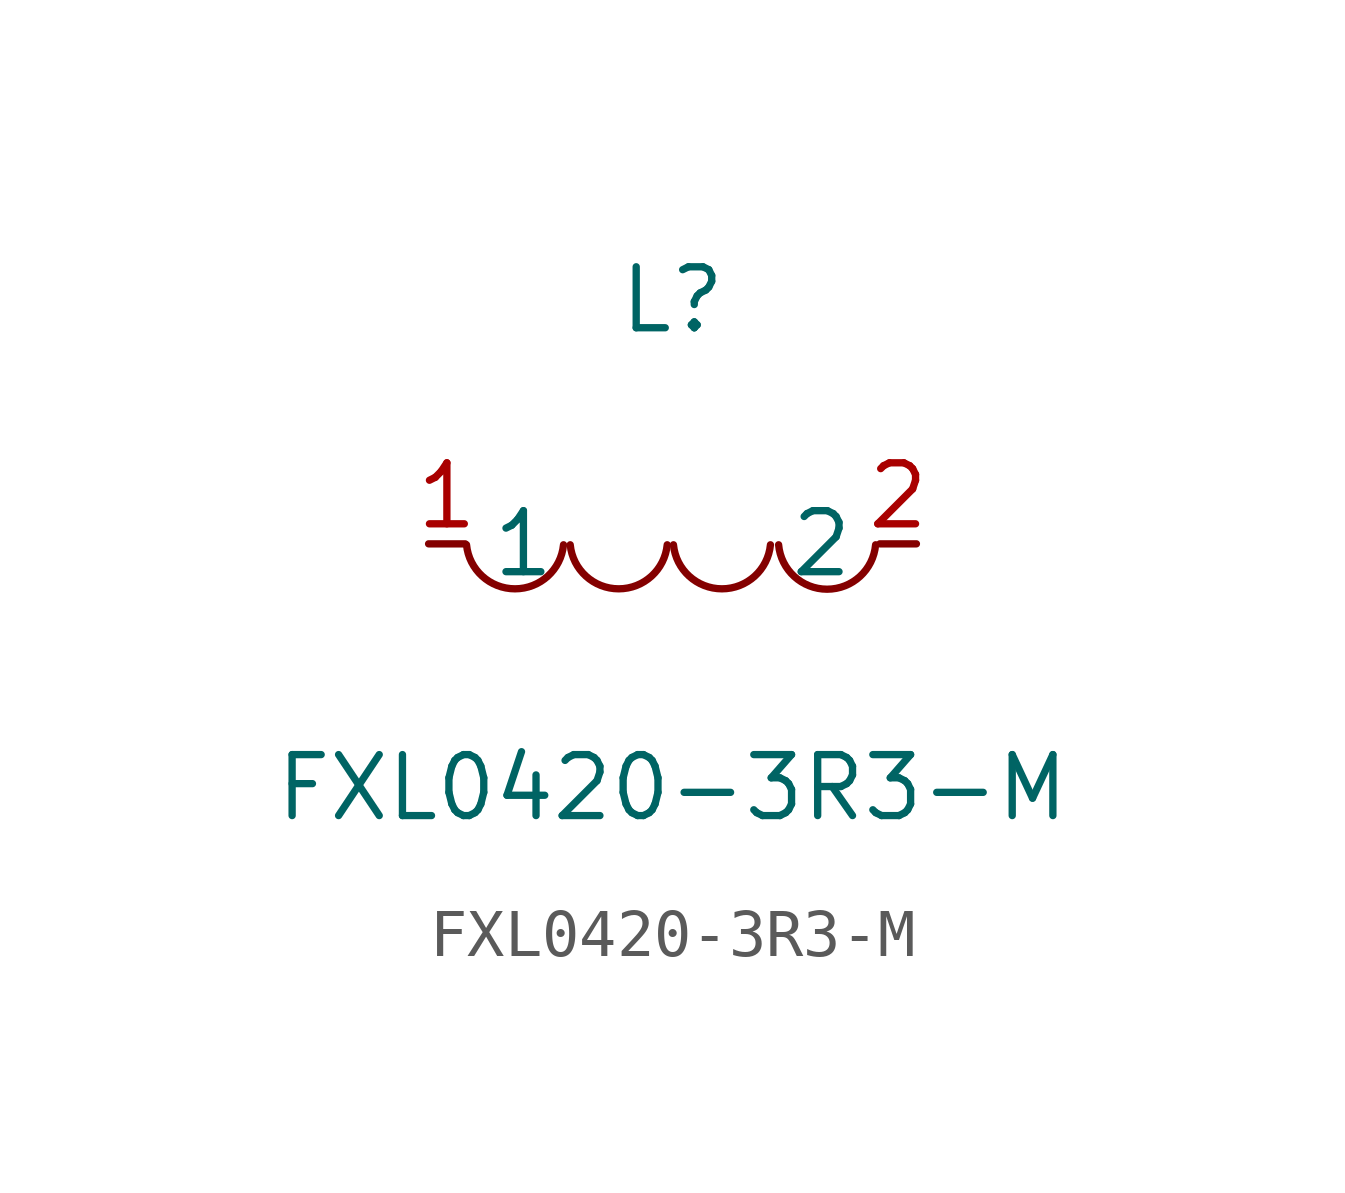
<source format=kicad_sym>
(kicad_symbol_lib
  (version 20211014)
  (generator https://github.com/uPesy/easyeda2kicad.py)
  (symbol "FXL0420-3R3-M"
    (property "Reference" "L"
      (at 0 5.08 0)
      (effects (font (size 1.27 1.27))))
    (property "Value" "FXL0420-3R3-M"
      (at 0 -5.08 0)
      (effects (font (size 1.27 1.27))))
    (symbol "FXL0420-3R3-M_0_1"
      (arc (start -4.29 -0.02) (mid -2.52 -0.79) (end -2.27 -0.02) (stroke (width 0) (type default) (color 0 0 0 0)) (fill (type none)))
      (arc (start -2.13 -0.02) (mid -0.36 -0.79) (end -0.11 -0.02) (stroke (width 0) (type default) (color 0 0 0 0)) (fill (type none)))
      (arc (start 0.02 -0.02) (mid 1.79 -0.79) (end 2.04 -0.02) (stroke (width 0) (type default) (color 0 0 0 0)) (fill (type none)))
      (arc (start 2.21 -0.02) (mid 3.30 -1.12) (end 4.23 -0.02) (stroke (width 0) (type default) (color 0 0 0 0)) (fill (type none)))
      (pin unspecified line (at 5.08 -0.00 180) (length 0.762) (name "2" (effects (font (size 1.27 1.27)))) (number "2" (effects (font (size 1.27 1.27)))))
      (pin unspecified line (at -5.08 -0.00 0) (length 0.762) (name "1" (effects (font (size 1.27 1.27)))) (number "1" (effects (font (size 1.27 1.27))))))))
</source>
